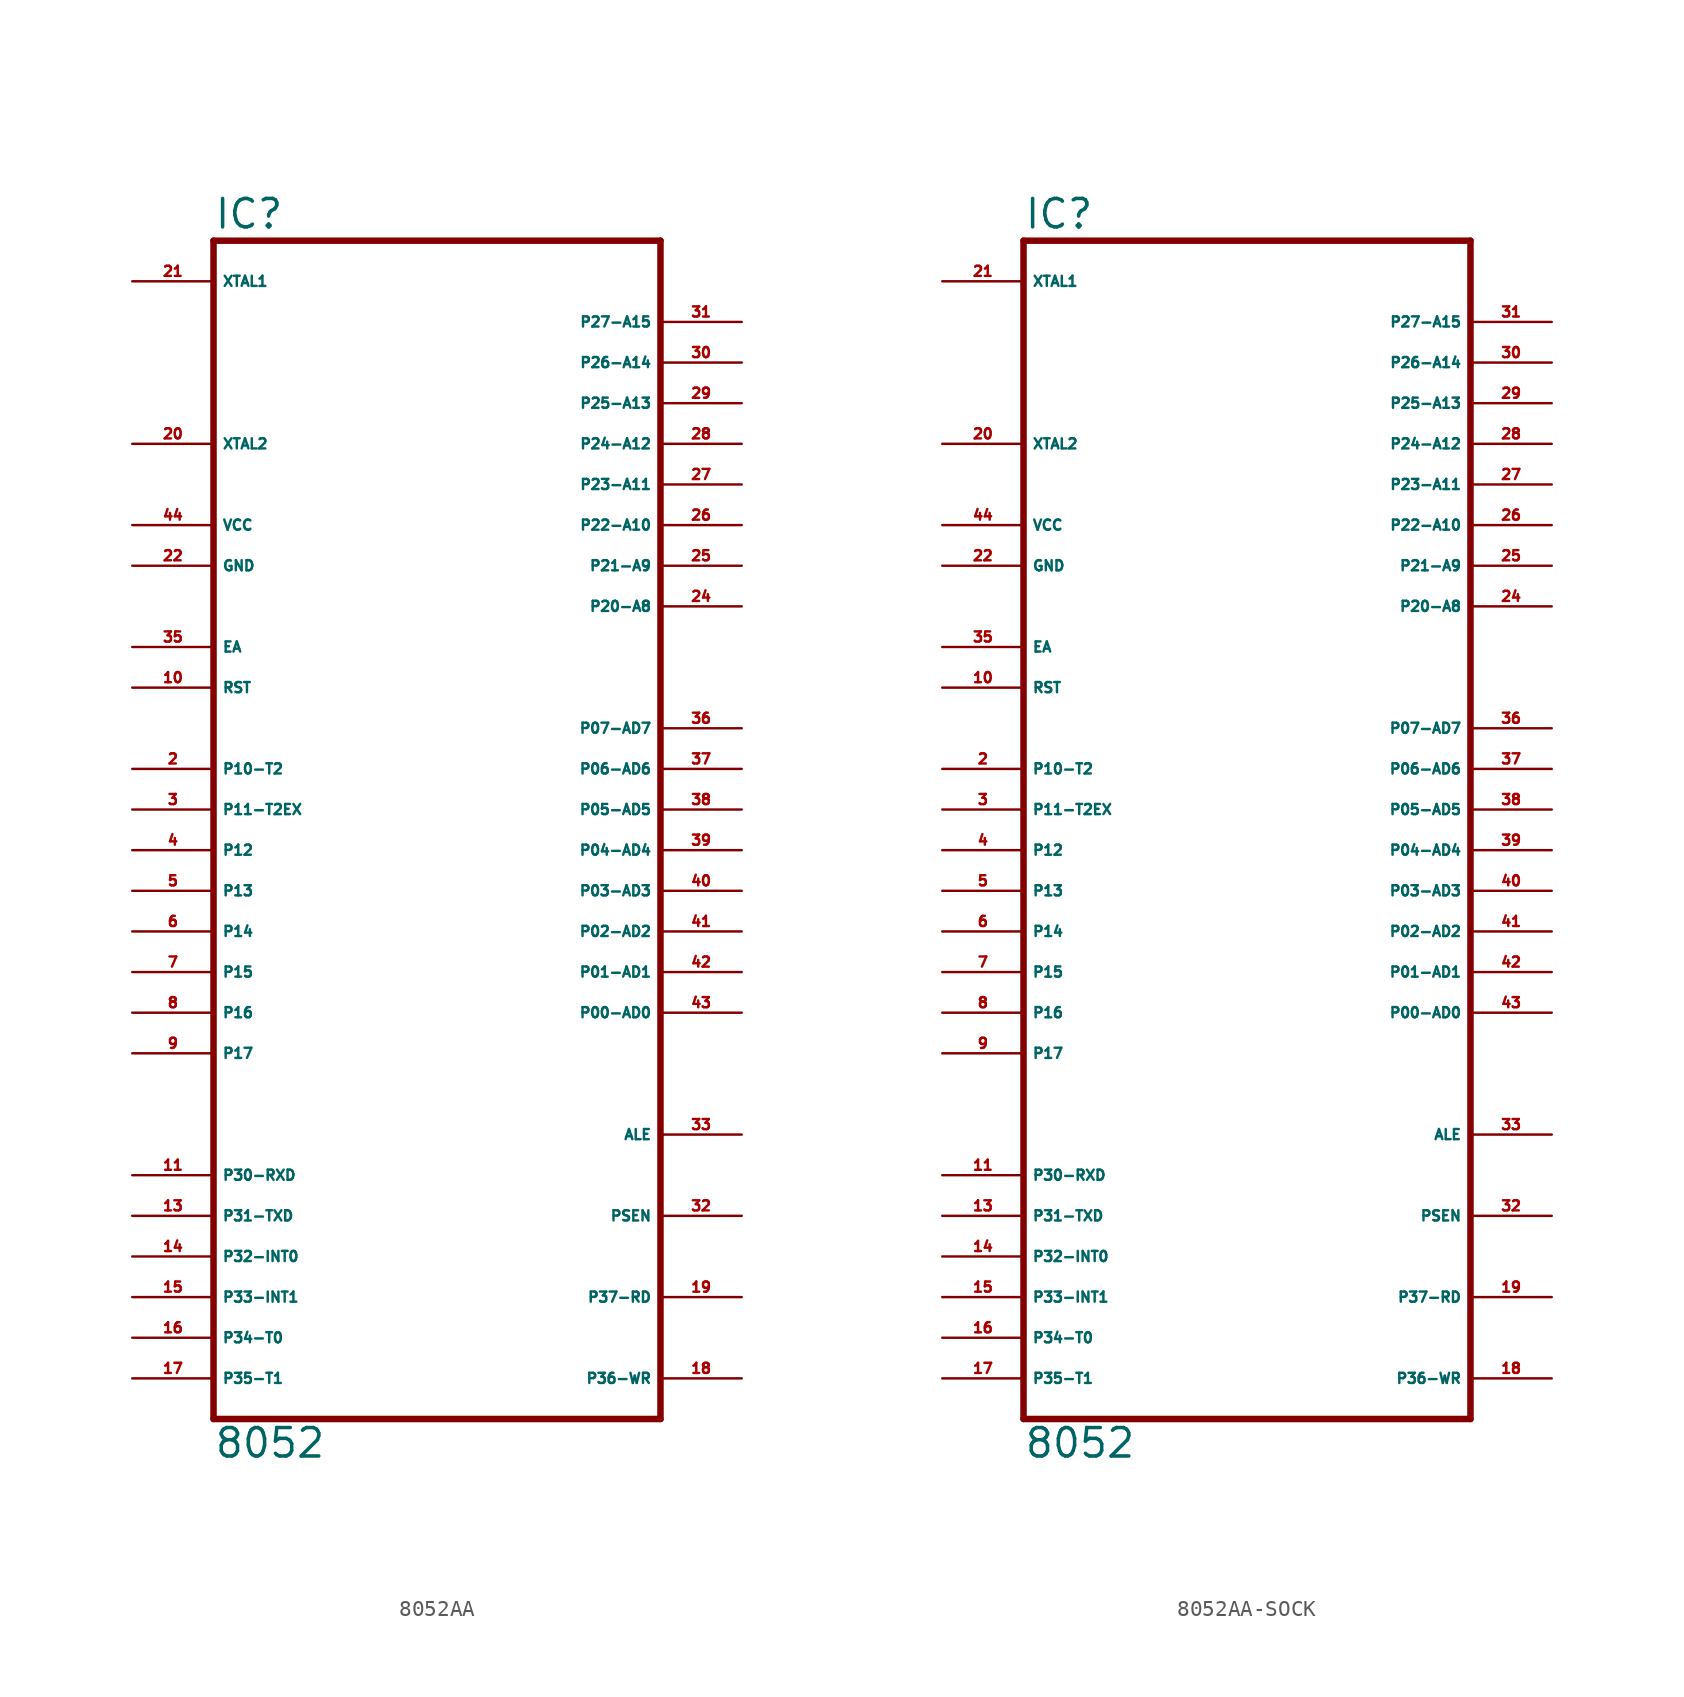
<source format=kicad_sym>
(kicad_symbol_lib
  (version 20220914)
  (generator Eagle2Kicad)
  (symbol "8052AA"
    (property "Reference" "IC"
      (at -15.24 36.195 0)
      (effects (font (size 1.778 1.778) (thickness 0.22)) (justify left bottom)))
    (property "Value" "8052"
      (at -15.24 -40.64 0)
      (effects (font (size 1.778 1.778) (thickness 0.22)) (justify left bottom)))
    (polyline
      (pts (xy 12.7 35.56) (xy 12.7 -38.1))
      (stroke (width 0.406) (type default))
      (fill (type none)))
    (polyline
      (pts (xy -15.24 -38.1) (xy 12.7 -38.1))
      (stroke (width 0.406) (type default))
      (fill (type none)))
    (polyline
      (pts (xy -15.24 -38.1) (xy -15.24 35.56))
      (stroke (width 0.406) (type default))
      (fill (type none)))
    (polyline
      (pts (xy 12.7 35.56) (xy -15.24 35.56))
      (stroke (width 0.406) (type default))
      (fill (type none)))
    (pin input line
      (at -20.32 22.86 0)
      (length 5.08)
      (name "XTAL2" (effects (font (size 0.635 0.635) (thickness 0.08)) (justify left bottom)))
      (number "20" (effects (font (size 0.635 0.635) (thickness 0.08)) (justify left bottom))))
    (pin input line
      (at -20.32 33.02 0)
      (length 5.08)
      (name "XTAL1" (effects (font (size 0.635 0.635) (thickness 0.08)) (justify left bottom)))
      (number "21" (effects (font (size 0.635 0.635) (thickness 0.08)) (justify left bottom))))
    (pin input line
      (at -20.32 10.16 0)
      (length 5.08)
      (name "EA" (effects (font (size 0.635 0.635) (thickness 0.08)) (justify left bottom)))
      (number "35" (effects (font (size 0.635 0.635) (thickness 0.08)) (justify left bottom))))
    (pin bidirectional line
      (at 17.78 30.48 180)
      (length 5.08)
      (name "P27-A15" (effects (font (size 0.635 0.635) (thickness 0.08)) (justify left bottom)))
      (number "31" (effects (font (size 0.635 0.635) (thickness 0.08)) (justify left bottom))))
    (pin bidirectional line
      (at 17.78 27.94 180)
      (length 5.08)
      (name "P26-A14" (effects (font (size 0.635 0.635) (thickness 0.08)) (justify left bottom)))
      (number "30" (effects (font (size 0.635 0.635) (thickness 0.08)) (justify left bottom))))
    (pin bidirectional line
      (at 17.78 25.4 180)
      (length 5.08)
      (name "P25-A13" (effects (font (size 0.635 0.635) (thickness 0.08)) (justify left bottom)))
      (number "29" (effects (font (size 0.635 0.635) (thickness 0.08)) (justify left bottom))))
    (pin bidirectional line
      (at 17.78 22.86 180)
      (length 5.08)
      (name "P24-A12" (effects (font (size 0.635 0.635) (thickness 0.08)) (justify left bottom)))
      (number "28" (effects (font (size 0.635 0.635) (thickness 0.08)) (justify left bottom))))
    (pin bidirectional line
      (at 17.78 20.32 180)
      (length 5.08)
      (name "P23-A11" (effects (font (size 0.635 0.635) (thickness 0.08)) (justify left bottom)))
      (number "27" (effects (font (size 0.635 0.635) (thickness 0.08)) (justify left bottom))))
    (pin bidirectional line
      (at 17.78 17.78 180)
      (length 5.08)
      (name "P22-A10" (effects (font (size 0.635 0.635) (thickness 0.08)) (justify left bottom)))
      (number "26" (effects (font (size 0.635 0.635) (thickness 0.08)) (justify left bottom))))
    (pin bidirectional line
      (at 17.78 15.24 180)
      (length 5.08)
      (name "P21-A9" (effects (font (size 0.635 0.635) (thickness 0.08)) (justify left bottom)))
      (number "25" (effects (font (size 0.635 0.635) (thickness 0.08)) (justify left bottom))))
    (pin bidirectional line
      (at 17.78 12.7 180)
      (length 5.08)
      (name "P20-A8" (effects (font (size 0.635 0.635) (thickness 0.08)) (justify left bottom)))
      (number "24" (effects (font (size 0.635 0.635) (thickness 0.08)) (justify left bottom))))
    (pin bidirectional line
      (at 17.78 5.08 180)
      (length 5.08)
      (name "P07-AD7" (effects (font (size 0.635 0.635) (thickness 0.08)) (justify left bottom)))
      (number "36" (effects (font (size 0.635 0.635) (thickness 0.08)) (justify left bottom))))
    (pin bidirectional line
      (at 17.78 2.54 180)
      (length 5.08)
      (name "P06-AD6" (effects (font (size 0.635 0.635) (thickness 0.08)) (justify left bottom)))
      (number "37" (effects (font (size 0.635 0.635) (thickness 0.08)) (justify left bottom))))
    (pin bidirectional line
      (at 17.78 0 180)
      (length 5.08)
      (name "P05-AD5" (effects (font (size 0.635 0.635) (thickness 0.08)) (justify left bottom)))
      (number "38" (effects (font (size 0.635 0.635) (thickness 0.08)) (justify left bottom))))
    (pin bidirectional line
      (at 17.78 -2.54 180)
      (length 5.08)
      (name "P04-AD4" (effects (font (size 0.635 0.635) (thickness 0.08)) (justify left bottom)))
      (number "39" (effects (font (size 0.635 0.635) (thickness 0.08)) (justify left bottom))))
    (pin bidirectional line
      (at 17.78 -5.08 180)
      (length 5.08)
      (name "P03-AD3" (effects (font (size 0.635 0.635) (thickness 0.08)) (justify left bottom)))
      (number "40" (effects (font (size 0.635 0.635) (thickness 0.08)) (justify left bottom))))
    (pin bidirectional line
      (at 17.78 -7.62 180)
      (length 5.08)
      (name "P02-AD2" (effects (font (size 0.635 0.635) (thickness 0.08)) (justify left bottom)))
      (number "41" (effects (font (size 0.635 0.635) (thickness 0.08)) (justify left bottom))))
    (pin bidirectional line
      (at 17.78 -10.16 180)
      (length 5.08)
      (name "P01-AD1" (effects (font (size 0.635 0.635) (thickness 0.08)) (justify left bottom)))
      (number "42" (effects (font (size 0.635 0.635) (thickness 0.08)) (justify left bottom))))
    (pin bidirectional line
      (at 17.78 -12.7 180)
      (length 5.08)
      (name "P00-AD0" (effects (font (size 0.635 0.635) (thickness 0.08)) (justify left bottom)))
      (number "43" (effects (font (size 0.635 0.635) (thickness 0.08)) (justify left bottom))))
    (pin output line
      (at 17.78 -20.32 180)
      (length 5.08)
      (name "ALE" (effects (font (size 0.635 0.635) (thickness 0.08)) (justify left bottom)))
      (number "33" (effects (font (size 0.635 0.635) (thickness 0.08)) (justify left bottom))))
    (pin output line
      (at 17.78 -25.4 180)
      (length 5.08)
      (name "PSEN" (effects (font (size 0.635 0.635) (thickness 0.08)) (justify left bottom)))
      (number "32" (effects (font (size 0.635 0.635) (thickness 0.08)) (justify left bottom))))
    (pin bidirectional line
      (at 17.78 -30.48 180)
      (length 5.08)
      (name "P37-RD" (effects (font (size 0.635 0.635) (thickness 0.08)) (justify left bottom)))
      (number "19" (effects (font (size 0.635 0.635) (thickness 0.08)) (justify left bottom))))
    (pin bidirectional line
      (at 17.78 -35.56 180)
      (length 5.08)
      (name "P36-WR" (effects (font (size 0.635 0.635) (thickness 0.08)) (justify left bottom)))
      (number "18" (effects (font (size 0.635 0.635) (thickness 0.08)) (justify left bottom))))
    (pin unspecified line
      (at -20.32 17.78 0)
      (length 5.08)
      (name "VCC" (effects (font (size 0.635 0.635) (thickness 0.08)) (justify left bottom)))
      (number "44" (effects (font (size 0.635 0.635) (thickness 0.08)) (justify left bottom))))
    (pin unspecified line
      (at -20.32 15.24 0)
      (length 5.08)
      (name "GND" (effects (font (size 0.635 0.635) (thickness 0.08)) (justify left bottom)))
      (number "22" (effects (font (size 0.635 0.635) (thickness 0.08)) (justify left bottom))))
    (pin bidirectional line
      (at -20.32 0 0)
      (length 5.08)
      (name "P11-T2EX" (effects (font (size 0.635 0.635) (thickness 0.08)) (justify left bottom)))
      (number "3" (effects (font (size 0.635 0.635) (thickness 0.08)) (justify left bottom))))
    (pin input line
      (at -20.32 7.62 0)
      (length 5.08)
      (name "RST" (effects (font (size 0.635 0.635) (thickness 0.08)) (justify left bottom)))
      (number "10" (effects (font (size 0.635 0.635) (thickness 0.08)) (justify left bottom))))
    (pin bidirectional line
      (at -20.32 -5.08 0)
      (length 5.08)
      (name "P13" (effects (font (size 0.635 0.635) (thickness 0.08)) (justify left bottom)))
      (number "5" (effects (font (size 0.635 0.635) (thickness 0.08)) (justify left bottom))))
    (pin bidirectional line
      (at -20.32 -7.62 0)
      (length 5.08)
      (name "P14" (effects (font (size 0.635 0.635) (thickness 0.08)) (justify left bottom)))
      (number "6" (effects (font (size 0.635 0.635) (thickness 0.08)) (justify left bottom))))
    (pin bidirectional line
      (at -20.32 -10.16 0)
      (length 5.08)
      (name "P15" (effects (font (size 0.635 0.635) (thickness 0.08)) (justify left bottom)))
      (number "7" (effects (font (size 0.635 0.635) (thickness 0.08)) (justify left bottom))))
    (pin bidirectional line
      (at -20.32 -12.7 0)
      (length 5.08)
      (name "P16" (effects (font (size 0.635 0.635) (thickness 0.08)) (justify left bottom)))
      (number "8" (effects (font (size 0.635 0.635) (thickness 0.08)) (justify left bottom))))
    (pin bidirectional line
      (at -20.32 -15.24 0)
      (length 5.08)
      (name "P17" (effects (font (size 0.635 0.635) (thickness 0.08)) (justify left bottom)))
      (number "9" (effects (font (size 0.635 0.635) (thickness 0.08)) (justify left bottom))))
    (pin bidirectional line
      (at -20.32 -22.86 0)
      (length 5.08)
      (name "P30-RXD" (effects (font (size 0.635 0.635) (thickness 0.08)) (justify left bottom)))
      (number "11" (effects (font (size 0.635 0.635) (thickness 0.08)) (justify left bottom))))
    (pin bidirectional line
      (at -20.32 -25.4 0)
      (length 5.08)
      (name "P31-TXD" (effects (font (size 0.635 0.635) (thickness 0.08)) (justify left bottom)))
      (number "13" (effects (font (size 0.635 0.635) (thickness 0.08)) (justify left bottom))))
    (pin bidirectional line
      (at -20.32 -27.94 0)
      (length 5.08)
      (name "P32-INT0" (effects (font (size 0.635 0.635) (thickness 0.08)) (justify left bottom)))
      (number "14" (effects (font (size 0.635 0.635) (thickness 0.08)) (justify left bottom))))
    (pin bidirectional line
      (at -20.32 -30.48 0)
      (length 5.08)
      (name "P33-INT1" (effects (font (size 0.635 0.635) (thickness 0.08)) (justify left bottom)))
      (number "15" (effects (font (size 0.635 0.635) (thickness 0.08)) (justify left bottom))))
    (pin bidirectional line
      (at -20.32 -33.02 0)
      (length 5.08)
      (name "P34-T0" (effects (font (size 0.635 0.635) (thickness 0.08)) (justify left bottom)))
      (number "16" (effects (font (size 0.635 0.635) (thickness 0.08)) (justify left bottom))))
    (pin bidirectional line
      (at -20.32 -35.56 0)
      (length 5.08)
      (name "P35-T1" (effects (font (size 0.635 0.635) (thickness 0.08)) (justify left bottom)))
      (number "17" (effects (font (size 0.635 0.635) (thickness 0.08)) (justify left bottom))))
    (pin bidirectional line
      (at -20.32 -2.54 0)
      (length 5.08)
      (name "P12" (effects (font (size 0.635 0.635) (thickness 0.08)) (justify left bottom)))
      (number "4" (effects (font (size 0.635 0.635) (thickness 0.08)) (justify left bottom))))
    (pin bidirectional line
      (at -20.32 2.54 0)
      (length 5.08)
      (name "P10-T2" (effects (font (size 0.635 0.635) (thickness 0.08)) (justify left bottom)))
      (number "2" (effects (font (size 0.635 0.635) (thickness 0.08)) (justify left bottom)))))
  (symbol "8052AA-SOCK"
    (property "Reference" "IC"
      (at -15.24 36.195 0)
      (effects (font (size 1.778 1.778) (thickness 0.22)) (justify left bottom)))
    (property "Value" "8052"
      (at -15.24 -40.64 0)
      (effects (font (size 1.778 1.778) (thickness 0.22)) (justify left bottom)))
    (polyline
      (pts (xy 12.7 35.56) (xy 12.7 -38.1))
      (stroke (width 0.406) (type default))
      (fill (type none)))
    (polyline
      (pts (xy -15.24 -38.1) (xy 12.7 -38.1))
      (stroke (width 0.406) (type default))
      (fill (type none)))
    (polyline
      (pts (xy -15.24 -38.1) (xy -15.24 35.56))
      (stroke (width 0.406) (type default))
      (fill (type none)))
    (polyline
      (pts (xy 12.7 35.56) (xy -15.24 35.56))
      (stroke (width 0.406) (type default))
      (fill (type none)))
    (pin input line
      (at -20.32 22.86 0)
      (length 5.08)
      (name "XTAL2" (effects (font (size 0.635 0.635) (thickness 0.08)) (justify left bottom)))
      (number "20" (effects (font (size 0.635 0.635) (thickness 0.08)) (justify left bottom))))
    (pin input line
      (at -20.32 33.02 0)
      (length 5.08)
      (name "XTAL1" (effects (font (size 0.635 0.635) (thickness 0.08)) (justify left bottom)))
      (number "21" (effects (font (size 0.635 0.635) (thickness 0.08)) (justify left bottom))))
    (pin input line
      (at -20.32 10.16 0)
      (length 5.08)
      (name "EA" (effects (font (size 0.635 0.635) (thickness 0.08)) (justify left bottom)))
      (number "35" (effects (font (size 0.635 0.635) (thickness 0.08)) (justify left bottom))))
    (pin bidirectional line
      (at 17.78 30.48 180)
      (length 5.08)
      (name "P27-A15" (effects (font (size 0.635 0.635) (thickness 0.08)) (justify left bottom)))
      (number "31" (effects (font (size 0.635 0.635) (thickness 0.08)) (justify left bottom))))
    (pin bidirectional line
      (at 17.78 27.94 180)
      (length 5.08)
      (name "P26-A14" (effects (font (size 0.635 0.635) (thickness 0.08)) (justify left bottom)))
      (number "30" (effects (font (size 0.635 0.635) (thickness 0.08)) (justify left bottom))))
    (pin bidirectional line
      (at 17.78 25.4 180)
      (length 5.08)
      (name "P25-A13" (effects (font (size 0.635 0.635) (thickness 0.08)) (justify left bottom)))
      (number "29" (effects (font (size 0.635 0.635) (thickness 0.08)) (justify left bottom))))
    (pin bidirectional line
      (at 17.78 22.86 180)
      (length 5.08)
      (name "P24-A12" (effects (font (size 0.635 0.635) (thickness 0.08)) (justify left bottom)))
      (number "28" (effects (font (size 0.635 0.635) (thickness 0.08)) (justify left bottom))))
    (pin bidirectional line
      (at 17.78 20.32 180)
      (length 5.08)
      (name "P23-A11" (effects (font (size 0.635 0.635) (thickness 0.08)) (justify left bottom)))
      (number "27" (effects (font (size 0.635 0.635) (thickness 0.08)) (justify left bottom))))
    (pin bidirectional line
      (at 17.78 17.78 180)
      (length 5.08)
      (name "P22-A10" (effects (font (size 0.635 0.635) (thickness 0.08)) (justify left bottom)))
      (number "26" (effects (font (size 0.635 0.635) (thickness 0.08)) (justify left bottom))))
    (pin bidirectional line
      (at 17.78 15.24 180)
      (length 5.08)
      (name "P21-A9" (effects (font (size 0.635 0.635) (thickness 0.08)) (justify left bottom)))
      (number "25" (effects (font (size 0.635 0.635) (thickness 0.08)) (justify left bottom))))
    (pin bidirectional line
      (at 17.78 12.7 180)
      (length 5.08)
      (name "P20-A8" (effects (font (size 0.635 0.635) (thickness 0.08)) (justify left bottom)))
      (number "24" (effects (font (size 0.635 0.635) (thickness 0.08)) (justify left bottom))))
    (pin bidirectional line
      (at 17.78 5.08 180)
      (length 5.08)
      (name "P07-AD7" (effects (font (size 0.635 0.635) (thickness 0.08)) (justify left bottom)))
      (number "36" (effects (font (size 0.635 0.635) (thickness 0.08)) (justify left bottom))))
    (pin bidirectional line
      (at 17.78 2.54 180)
      (length 5.08)
      (name "P06-AD6" (effects (font (size 0.635 0.635) (thickness 0.08)) (justify left bottom)))
      (number "37" (effects (font (size 0.635 0.635) (thickness 0.08)) (justify left bottom))))
    (pin bidirectional line
      (at 17.78 0 180)
      (length 5.08)
      (name "P05-AD5" (effects (font (size 0.635 0.635) (thickness 0.08)) (justify left bottom)))
      (number "38" (effects (font (size 0.635 0.635) (thickness 0.08)) (justify left bottom))))
    (pin bidirectional line
      (at 17.78 -2.54 180)
      (length 5.08)
      (name "P04-AD4" (effects (font (size 0.635 0.635) (thickness 0.08)) (justify left bottom)))
      (number "39" (effects (font (size 0.635 0.635) (thickness 0.08)) (justify left bottom))))
    (pin bidirectional line
      (at 17.78 -5.08 180)
      (length 5.08)
      (name "P03-AD3" (effects (font (size 0.635 0.635) (thickness 0.08)) (justify left bottom)))
      (number "40" (effects (font (size 0.635 0.635) (thickness 0.08)) (justify left bottom))))
    (pin bidirectional line
      (at 17.78 -7.62 180)
      (length 5.08)
      (name "P02-AD2" (effects (font (size 0.635 0.635) (thickness 0.08)) (justify left bottom)))
      (number "41" (effects (font (size 0.635 0.635) (thickness 0.08)) (justify left bottom))))
    (pin bidirectional line
      (at 17.78 -10.16 180)
      (length 5.08)
      (name "P01-AD1" (effects (font (size 0.635 0.635) (thickness 0.08)) (justify left bottom)))
      (number "42" (effects (font (size 0.635 0.635) (thickness 0.08)) (justify left bottom))))
    (pin bidirectional line
      (at 17.78 -12.7 180)
      (length 5.08)
      (name "P00-AD0" (effects (font (size 0.635 0.635) (thickness 0.08)) (justify left bottom)))
      (number "43" (effects (font (size 0.635 0.635) (thickness 0.08)) (justify left bottom))))
    (pin output line
      (at 17.78 -20.32 180)
      (length 5.08)
      (name "ALE" (effects (font (size 0.635 0.635) (thickness 0.08)) (justify left bottom)))
      (number "33" (effects (font (size 0.635 0.635) (thickness 0.08)) (justify left bottom))))
    (pin output line
      (at 17.78 -25.4 180)
      (length 5.08)
      (name "PSEN" (effects (font (size 0.635 0.635) (thickness 0.08)) (justify left bottom)))
      (number "32" (effects (font (size 0.635 0.635) (thickness 0.08)) (justify left bottom))))
    (pin bidirectional line
      (at 17.78 -30.48 180)
      (length 5.08)
      (name "P37-RD" (effects (font (size 0.635 0.635) (thickness 0.08)) (justify left bottom)))
      (number "19" (effects (font (size 0.635 0.635) (thickness 0.08)) (justify left bottom))))
    (pin bidirectional line
      (at 17.78 -35.56 180)
      (length 5.08)
      (name "P36-WR" (effects (font (size 0.635 0.635) (thickness 0.08)) (justify left bottom)))
      (number "18" (effects (font (size 0.635 0.635) (thickness 0.08)) (justify left bottom))))
    (pin unspecified line
      (at -20.32 17.78 0)
      (length 5.08)
      (name "VCC" (effects (font (size 0.635 0.635) (thickness 0.08)) (justify left bottom)))
      (number "44" (effects (font (size 0.635 0.635) (thickness 0.08)) (justify left bottom))))
    (pin unspecified line
      (at -20.32 15.24 0)
      (length 5.08)
      (name "GND" (effects (font (size 0.635 0.635) (thickness 0.08)) (justify left bottom)))
      (number "22" (effects (font (size 0.635 0.635) (thickness 0.08)) (justify left bottom))))
    (pin bidirectional line
      (at -20.32 0 0)
      (length 5.08)
      (name "P11-T2EX" (effects (font (size 0.635 0.635) (thickness 0.08)) (justify left bottom)))
      (number "3" (effects (font (size 0.635 0.635) (thickness 0.08)) (justify left bottom))))
    (pin input line
      (at -20.32 7.62 0)
      (length 5.08)
      (name "RST" (effects (font (size 0.635 0.635) (thickness 0.08)) (justify left bottom)))
      (number "10" (effects (font (size 0.635 0.635) (thickness 0.08)) (justify left bottom))))
    (pin bidirectional line
      (at -20.32 -5.08 0)
      (length 5.08)
      (name "P13" (effects (font (size 0.635 0.635) (thickness 0.08)) (justify left bottom)))
      (number "5" (effects (font (size 0.635 0.635) (thickness 0.08)) (justify left bottom))))
    (pin bidirectional line
      (at -20.32 -7.62 0)
      (length 5.08)
      (name "P14" (effects (font (size 0.635 0.635) (thickness 0.08)) (justify left bottom)))
      (number "6" (effects (font (size 0.635 0.635) (thickness 0.08)) (justify left bottom))))
    (pin bidirectional line
      (at -20.32 -10.16 0)
      (length 5.08)
      (name "P15" (effects (font (size 0.635 0.635) (thickness 0.08)) (justify left bottom)))
      (number "7" (effects (font (size 0.635 0.635) (thickness 0.08)) (justify left bottom))))
    (pin bidirectional line
      (at -20.32 -12.7 0)
      (length 5.08)
      (name "P16" (effects (font (size 0.635 0.635) (thickness 0.08)) (justify left bottom)))
      (number "8" (effects (font (size 0.635 0.635) (thickness 0.08)) (justify left bottom))))
    (pin bidirectional line
      (at -20.32 -15.24 0)
      (length 5.08)
      (name "P17" (effects (font (size 0.635 0.635) (thickness 0.08)) (justify left bottom)))
      (number "9" (effects (font (size 0.635 0.635) (thickness 0.08)) (justify left bottom))))
    (pin bidirectional line
      (at -20.32 -22.86 0)
      (length 5.08)
      (name "P30-RXD" (effects (font (size 0.635 0.635) (thickness 0.08)) (justify left bottom)))
      (number "11" (effects (font (size 0.635 0.635) (thickness 0.08)) (justify left bottom))))
    (pin bidirectional line
      (at -20.32 -25.4 0)
      (length 5.08)
      (name "P31-TXD" (effects (font (size 0.635 0.635) (thickness 0.08)) (justify left bottom)))
      (number "13" (effects (font (size 0.635 0.635) (thickness 0.08)) (justify left bottom))))
    (pin bidirectional line
      (at -20.32 -27.94 0)
      (length 5.08)
      (name "P32-INT0" (effects (font (size 0.635 0.635) (thickness 0.08)) (justify left bottom)))
      (number "14" (effects (font (size 0.635 0.635) (thickness 0.08)) (justify left bottom))))
    (pin bidirectional line
      (at -20.32 -30.48 0)
      (length 5.08)
      (name "P33-INT1" (effects (font (size 0.635 0.635) (thickness 0.08)) (justify left bottom)))
      (number "15" (effects (font (size 0.635 0.635) (thickness 0.08)) (justify left bottom))))
    (pin bidirectional line
      (at -20.32 -33.02 0)
      (length 5.08)
      (name "P34-T0" (effects (font (size 0.635 0.635) (thickness 0.08)) (justify left bottom)))
      (number "16" (effects (font (size 0.635 0.635) (thickness 0.08)) (justify left bottom))))
    (pin bidirectional line
      (at -20.32 -35.56 0)
      (length 5.08)
      (name "P35-T1" (effects (font (size 0.635 0.635) (thickness 0.08)) (justify left bottom)))
      (number "17" (effects (font (size 0.635 0.635) (thickness 0.08)) (justify left bottom))))
    (pin bidirectional line
      (at -20.32 -2.54 0)
      (length 5.08)
      (name "P12" (effects (font (size 0.635 0.635) (thickness 0.08)) (justify left bottom)))
      (number "4" (effects (font (size 0.635 0.635) (thickness 0.08)) (justify left bottom))))
    (pin bidirectional line
      (at -20.32 2.54 0)
      (length 5.08)
      (name "P10-T2" (effects (font (size 0.635 0.635) (thickness 0.08)) (justify left bottom)))
      (number "2" (effects (font (size 0.635 0.635) (thickness 0.08)) (justify left bottom))))))
</source>
